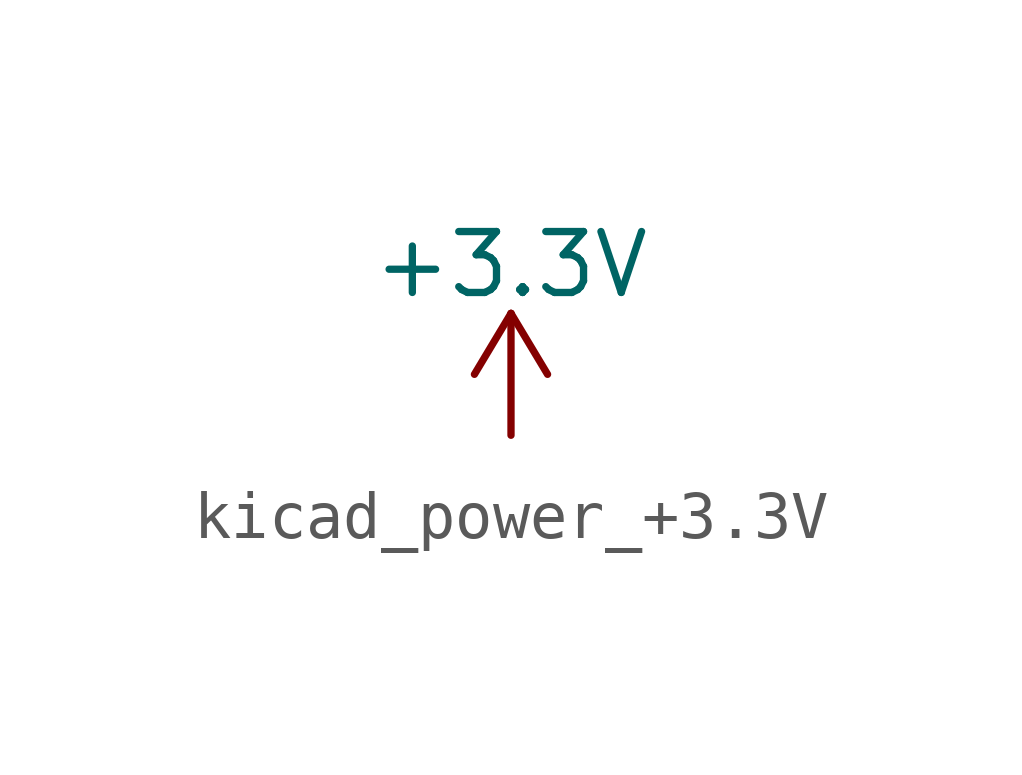
<source format=kicad_sym>
(kicad_symbol_lib
  (version 20220914)
  (generator kicad_symbol_editor)
  (symbol "kicad_power_+3.3V"
    (power)
    (pin_names
      (offset 0))
    (property "Reference" "#PWR"
      (at 0 -3.81 0)
      (effects (font (size 1.27 1.27)) hide))
    (property "Value" "+3.3V"
      (at 0 3.556 0)
      (effects (font (size 1.27 1.27))))
    (symbol "kicad_power_+3.3V_0_1"
      (polyline (pts (xy -0.762 1.27) (xy 0 2.54)) (stroke (width 0) (type default)) (fill (type none)))
      (polyline (pts (xy 0 0) (xy 0 2.54)) (stroke (width 0) (type default)) (fill (type none)))
      (polyline (pts (xy 0 2.54) (xy 0.762 1.27)) (stroke (width 0) (type default)) (fill (type none))))
    (symbol "kicad_power_+3.3V_1_1"
      (pin power_in line (at 0 0 90) (length 0) hide (name "+3.3V" (effects (font (size 1.27 1.27)))) (number "1" (effects (font (size 1.27 1.27))))))))
</source>
